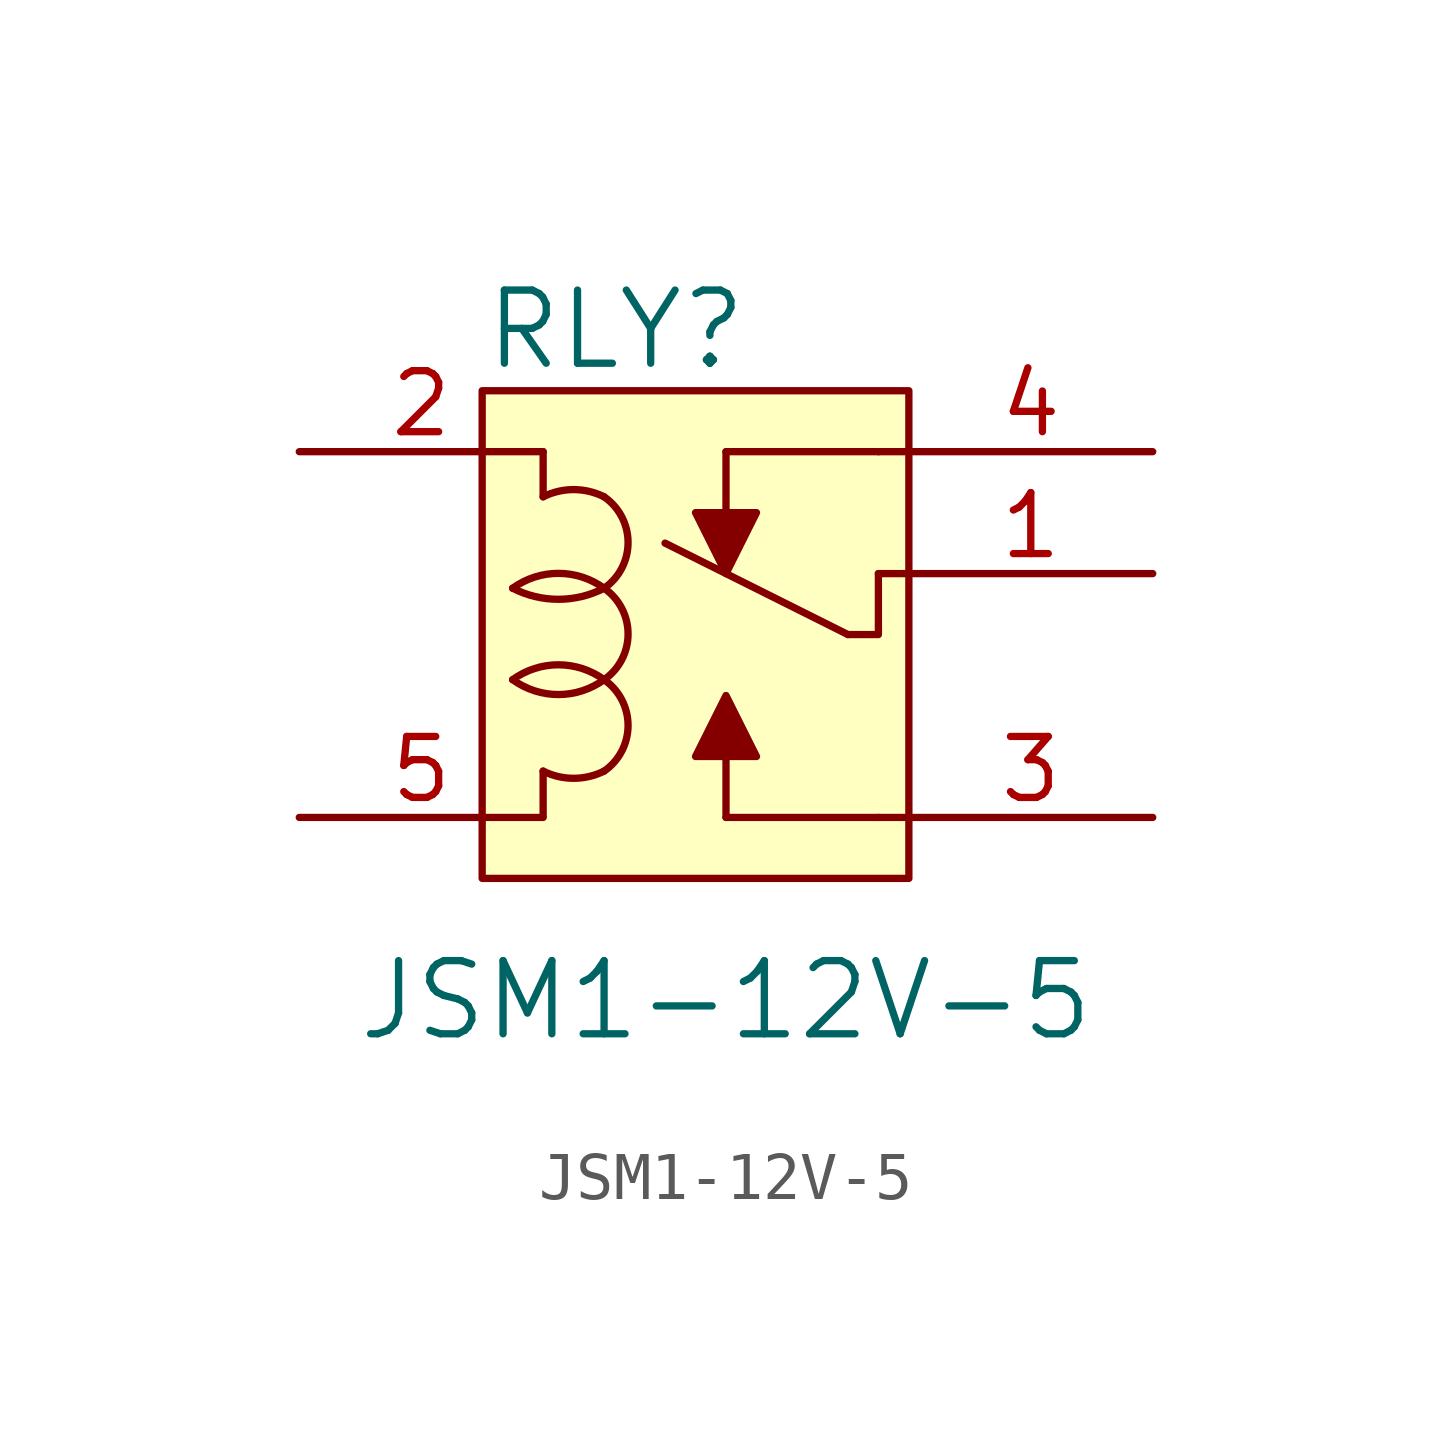
<source format=kicad_sym>
(kicad_symbol_lib
  (version 20211014)
  (generator kicad_symbol_editor)
  (symbol "JSM1-12V-5"
    (pin_names
      (offset 0.025) hide)
    (property "Reference" "RLY"
      (at -3.81 5.08 0)
      (effects (font (size 1.524 1.524)) (justify left)))
    (property "Value" "JSM1-12V-5"
      (at 1.27 -8.89 0)
      (effects (font (size 1.524 1.524))))
    (symbol "JSM1-12V-5_0_1"
      (rectangle (start -3.81 3.81) (end 5.08 -6.35) (stroke (width 0) (type default) (color 0 0 0 0)) (fill (type background)))
      (arc (start -3.175 -2.2098) (mid -2.2251 -2.5197) (end -1.27 -2.2098) (stroke (width 0) (type default) (color 0 0 0 0)) (fill (type none)))
      (arc (start -3.175 -0.3048) (mid -2.2212 -0.5353) (end -1.27 -0.3048) (stroke (width 0) (type default) (color 0 0 0 0)) (fill (type none)))
      (arc (start -2.54 -4.1148) (mid -1.905 -4.2647) (end -1.27 -4.1148) (stroke (width 0) (type default) (color 0 0 0 0)) (fill (type none)))
      (arc (start -1.27 -4.1148) (mid -0.7708 -3.168) (end -1.27 -2.2098) (stroke (width 0) (type default) (color 0 0 0 0)) (fill (type none)))
      (arc (start -1.27 -2.2098) (mid -2.2199 -1.8999) (end -3.175 -2.2098) (stroke (width 0) (type default) (color 0 0 0 0)) (fill (type none)))
      (arc (start -1.27 -2.2098) (mid -0.7708 -1.263) (end -1.27 -0.3048) (stroke (width 0) (type default) (color 0 0 0 0)) (fill (type none)))
      (arc (start -1.27 -0.3048) (mid -2.2199 0.0051) (end -3.175 -0.3048) (stroke (width 0) (type default) (color 0 0 0 0)) (fill (type none)))
      (arc (start -1.27 -0.3048) (mid -0.7708 0.642) (end -1.27 1.6002) (stroke (width 0) (type default) (color 0 0 0 0)) (fill (type none)))
      (arc (start -1.27 1.6002) (mid -1.905 1.7501) (end -2.54 1.6002) (stroke (width 0) (type default) (color 0 0 0 0)) (fill (type none)))
      (polyline (pts (xy -2.54 -5.055) (xy -2.54 -4.115)) (stroke (width 0) (type default) (color 0 0 0 0)) (fill (type none)))
      (polyline (pts (xy -2.54 1.6) (xy -2.54 2.54)) (stroke (width 0) (type default) (color 0 0 0 0)) (fill (type none)))
      (polyline (pts (xy 1.27 -5.08) (xy 4.445 -5.08)) (stroke (width 0) (type default) (color 0 0 0 0)) (fill (type none)))
      (polyline (pts (xy 3.81 -1.27) (xy 0 0.635)) (stroke (width 0) (type default) (color 0 0 0 0)) (fill (type none)))
      (polyline (pts (xy 4.445 2.54) (xy 1.27 2.54)) (stroke (width 0) (type default) (color 0 0 0 0)) (fill (type none)))
      (polyline (pts (xy 5.08 -5.08) (xy 4.445 -5.08)) (stroke (width 0) (type default) (color 0 0 0 0)) (fill (type none)))
      (polyline (pts (xy 5.08 0) (xy 4.445 0)) (stroke (width 0) (type default) (color 0 0 0 0)) (fill (type none)))
      (polyline (pts (xy 5.08 2.54) (xy 4.445 2.54)) (stroke (width 0) (type default) (color 0 0 0 0)) (fill (type none)))
      (polyline (pts (xy 4.445 0) (xy 4.445 -1.27) (xy 3.81 -1.27)) (stroke (width 0) (type default) (color 0 0 0 0)) (fill (type none)))
      (polyline (pts (xy 1.27 -5.08) (xy 1.27 -3.81) (xy 0.635 -3.81) (xy 1.27 -2.54) (xy 1.905 -3.81) (xy 1.27 -3.81)) (stroke (width 0) (type default) (color 0 0 0 0)) (fill (type outline)))
      (polyline (pts (xy 1.27 2.54) (xy 1.27 1.27) (xy 0.635 1.27) (xy 1.27 0) (xy 1.905 1.27) (xy 1.27 1.27)) (stroke (width 0) (type default) (color 0 0 0 0)) (fill (type outline))))
    (symbol "JSM1-12V-5_1_1"
      (pin passive line (at 10.16 0 180) (length 5.08) (name "COM" (effects (font (size 1.27 1.27)))) (number "1" (effects (font (size 1.27 1.27)))))
      (pin input line (at -7.62 2.54 0) (length 5.08) (name "~" (effects (font (size 1.27 1.27)))) (number "2" (effects (font (size 1.27 1.27)))))
      (pin passive line (at 10.16 -5.08 180) (length 5.08) (name "NO" (effects (font (size 1.27 1.27)))) (number "3" (effects (font (size 1.27 1.27)))))
      (pin passive line (at 10.16 2.54 180) (length 5.08) (name "NC" (effects (font (size 1.27 1.27)))) (number "4" (effects (font (size 1.27 1.27)))))
      (pin input line (at -7.62 -5.08 0) (length 5.08) (name "~" (effects (font (size 1.27 1.27)))) (number "5" (effects (font (size 1.27 1.27))))))))
</source>
